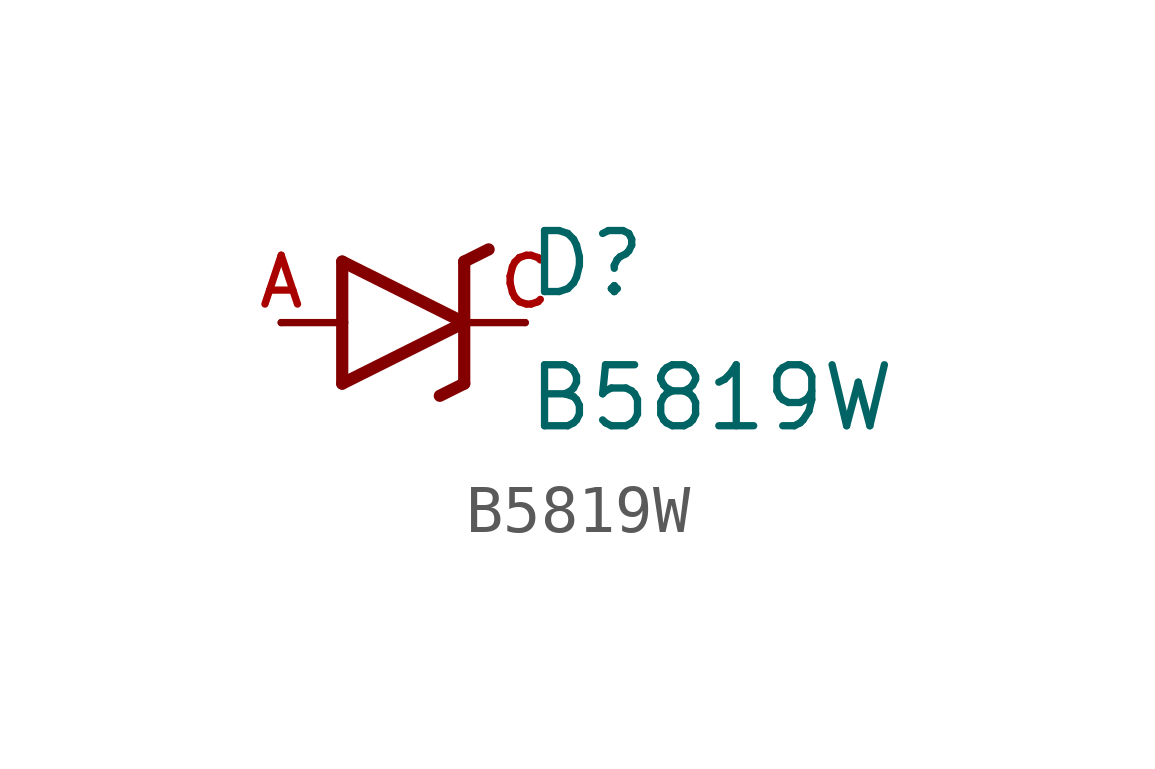
<source format=kicad_sym>
(kicad_symbol_lib
  (version 20211014)
  (generator kicad_symbol_editor)
  (symbol "B5819W"
    (pin_names
      (offset 1.016))
    (property "Reference" "D"
      (at 2.54 0.483 0)
      (effects (font (size 1.27 1.27)) (justify bottom left)))
    (property "Value" "B5819W"
      (at 2.54 -2.311 0)
      (effects (font (size 1.27 1.27)) (justify bottom left)))
    (symbol "B5819W_0_0"
      (polyline (pts (xy -1.27 -1.27) (xy 1.27 0.0)) (stroke (width 0.254)))
      (polyline (pts (xy 1.27 0.0) (xy -1.27 1.27)) (stroke (width 0.254)))
      (polyline (pts (xy 1.27 1.27) (xy 1.27 0.0)) (stroke (width 0.254)))
      (polyline (pts (xy -1.27 1.27) (xy -1.27 0.0)) (stroke (width 0.254)))
      (polyline (pts (xy -1.27 0.0) (xy -1.27 -1.27)) (stroke (width 0.254)))
      (polyline (pts (xy 1.27 0.0) (xy 1.27 -1.27)) (stroke (width 0.254)))
      (polyline (pts (xy 1.27 1.27) (xy 1.778 1.524)) (stroke (width 0.254)))
      (polyline (pts (xy 1.27 -1.27) (xy 0.762 -1.524)) (stroke (width 0.254)))
      (polyline (pts (xy -2.54 0.0) (xy -1.27 0.0)) (stroke (width 0.152)))
      (polyline (pts (xy 2.54 0.0) (xy 1.27 0.0)) (stroke (width 0.152)))
      (pin passive line (at -2.54 0.0 0) (length 0) (name "~" (effects (font (size 1.016 1.016)))) (number "A" (effects (font (size 1.016 1.016)))))
      (pin passive line (at 2.54 0.0 180.0) (length 0) (name "~" (effects (font (size 1.016 1.016)))) (number "C" (effects (font (size 1.016 1.016))))))))
</source>
